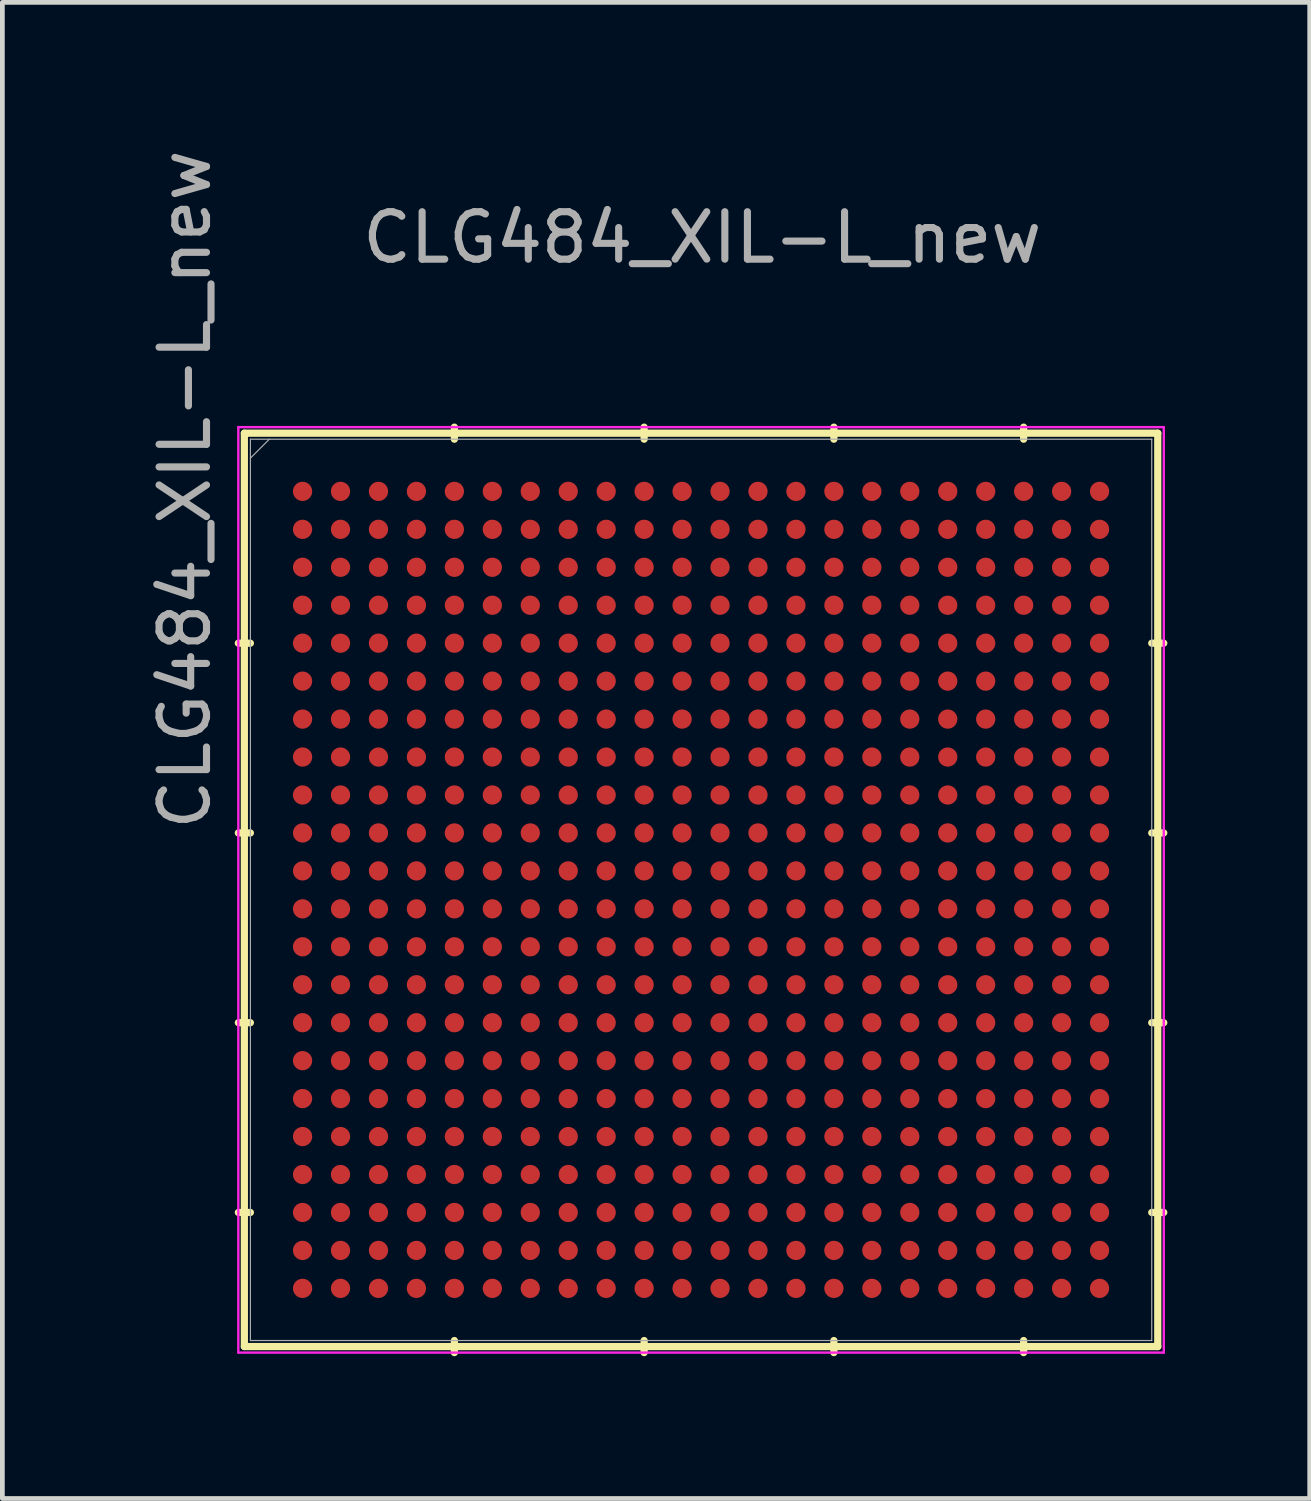
<source format=kicad_pcb>
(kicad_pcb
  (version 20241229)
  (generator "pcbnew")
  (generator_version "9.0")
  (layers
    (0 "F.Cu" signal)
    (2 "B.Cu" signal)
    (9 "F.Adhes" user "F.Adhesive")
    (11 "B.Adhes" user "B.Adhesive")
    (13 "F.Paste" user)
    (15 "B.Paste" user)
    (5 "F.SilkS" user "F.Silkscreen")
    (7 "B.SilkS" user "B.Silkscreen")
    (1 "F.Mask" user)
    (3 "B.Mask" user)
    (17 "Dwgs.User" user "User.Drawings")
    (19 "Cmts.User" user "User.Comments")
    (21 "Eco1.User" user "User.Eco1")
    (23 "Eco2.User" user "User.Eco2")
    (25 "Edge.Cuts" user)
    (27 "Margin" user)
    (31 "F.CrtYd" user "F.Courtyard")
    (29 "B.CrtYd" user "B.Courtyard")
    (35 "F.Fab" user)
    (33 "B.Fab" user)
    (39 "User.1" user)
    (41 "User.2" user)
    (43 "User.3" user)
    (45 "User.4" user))
  (footprint "CLG484_XIL-L_new"
    (layer "F.Cu")
    (at 11.728 15.708)
    (property "Reference" "CLG484_XIL-L_new" (at -10.88 -8.44 90) (unlocked yes) (layer "F.Fab") (effects (font (size 1 1) (thickness 0.15))))
    (attr smd)
    (fp_line (start -9.627 -9.627) (end -9.627 9.627) (stroke (width 0.152) (type solid)) (layer "F.SilkS"))
    (fp_line (start -9.627 9.627) (end 9.627 9.627) (stroke (width 0.152) (type solid)) (layer "F.SilkS"))
    (fp_line (start -9.5 -5.2) (end -9.754 -5.2) (stroke (width 0.152) (type solid)) (layer "F.SilkS"))
    (fp_line (start -9.5 -1.2) (end -9.754 -1.2) (stroke (width 0.152) (type solid)) (layer "F.SilkS"))
    (fp_line (start -9.5 2.8) (end -9.754 2.8) (stroke (width 0.152) (type solid)) (layer "F.SilkS"))
    (fp_line (start -9.5 6.8) (end -9.754 6.8) (stroke (width 0.152) (type solid)) (layer "F.SilkS"))
    (fp_line (start -5.2 -9.5) (end -5.2 -9.754) (stroke (width 0.152) (type solid)) (layer "F.SilkS"))
    (fp_line (start -5.2 9.5) (end -5.2 9.754) (stroke (width 0.152) (type solid)) (layer "F.SilkS"))
    (fp_line (start -1.2 -9.5) (end -1.2 -9.754) (stroke (width 0.152) (type solid)) (layer "F.SilkS"))
    (fp_line (start -1.2 9.5) (end -1.2 9.754) (stroke (width 0.152) (type solid)) (layer "F.SilkS"))
    (fp_line (start 2.8 -9.5) (end 2.8 -9.754) (stroke (width 0.152) (type solid)) (layer "F.SilkS"))
    (fp_line (start 2.8 9.5) (end 2.8 9.754) (stroke (width 0.152) (type solid)) (layer "F.SilkS"))
    (fp_line (start 6.8 -9.5) (end 6.8 -9.754) (stroke (width 0.152) (type solid)) (layer "F.SilkS"))
    (fp_line (start 6.8 9.5) (end 6.8 9.754) (stroke (width 0.152) (type solid)) (layer "F.SilkS"))
    (fp_line (start 9.5 -5.2) (end 9.754 -5.2) (stroke (width 0.152) (type solid)) (layer "F.SilkS"))
    (fp_line (start 9.5 -1.2) (end 9.754 -1.2) (stroke (width 0.152) (type solid)) (layer "F.SilkS"))
    (fp_line (start 9.5 2.8) (end 9.754 2.8) (stroke (width 0.152) (type solid)) (layer "F.SilkS"))
    (fp_line (start 9.5 6.8) (end 9.754 6.8) (stroke (width 0.152) (type solid)) (layer "F.SilkS"))
    (fp_line (start 9.627 -9.627) (end -9.627 -9.627) (stroke (width 0.152) (type solid)) (layer "F.SilkS"))
    (fp_line (start 9.627 9.627) (end 9.627 -9.627) (stroke (width 0.152) (type solid)) (layer "F.SilkS"))
    (fp_line (start -9.754 -9.754) (end 9.754 -9.754) (stroke (width 0.05) (type solid)) (layer "F.CrtYd"))
    (fp_line (start -9.754 9.754) (end -9.754 -9.754) (stroke (width 0.05) (type solid)) (layer "F.CrtYd"))
    (fp_line (start 9.754 -9.754) (end 9.754 9.754) (stroke (width 0.05) (type solid)) (layer "F.CrtYd"))
    (fp_line (start 9.754 9.754) (end -9.754 9.754) (stroke (width 0.05) (type solid)) (layer "F.CrtYd"))
    (fp_line (start -9.5 -9.5) (end -9.5 9.5) (stroke (width 0.025) (type solid)) (layer "F.Fab"))
    (fp_line (start -9.5 9.5) (end 9.5 9.5) (stroke (width 0.025) (type solid)) (layer "F.Fab"))
    (fp_line (start -9.1 -9.5) (end -9.5 -9.1) (stroke (width 0.025) (type solid)) (layer "F.Fab"))
    (fp_line (start 9.5 -9.5) (end -9.5 -9.5) (stroke (width 0.025) (type solid)) (layer "F.Fab"))
    (fp_line (start 9.5 9.5) (end 9.5 -9.5) (stroke (width 0.025) (type solid)) (layer "F.Fab"))
    (fp_text user "${REFERENCE}" (at 0.025 -13.75 0) (unlocked yes) (layer "F.Fab") (effects (font (size 1 1) (thickness 0.15))))
    (pad "A1" smd circle (at -8.4 -8.4) (size 0.406 0.406) (layers "F.Cu" "F.Mask" "F.Paste"))
    (pad "A2" smd circle (at -7.6 -8.4) (size 0.406 0.406) (layers "F.Cu" "F.Mask" "F.Paste"))
    (pad "A3" smd circle (at -6.8 -8.4) (size 0.406 0.406) (layers "F.Cu" "F.Mask" "F.Paste"))
    (pad "A4" smd circle (at -6 -8.4) (size 0.406 0.406) (layers "F.Cu" "F.Mask" "F.Paste"))
    (pad "A5" smd circle (at -5.2 -8.4) (size 0.406 0.406) (layers "F.Cu" "F.Mask" "F.Paste"))
    (pad "A6" smd circle (at -4.4 -8.4) (size 0.406 0.406) (layers "F.Cu" "F.Mask" "F.Paste"))
    (pad "A7" smd circle (at -3.6 -8.4) (size 0.406 0.406) (layers "F.Cu" "F.Mask" "F.Paste"))
    (pad "A8" smd circle (at -2.8 -8.4) (size 0.406 0.406) (layers "F.Cu" "F.Mask" "F.Paste"))
    (pad "A9" smd circle (at -2 -8.4) (size 0.406 0.406) (layers "F.Cu" "F.Mask" "F.Paste"))
    (pad "A10" smd circle (at -1.2 -8.4) (size 0.406 0.406) (layers "F.Cu" "F.Mask" "F.Paste"))
    (pad "A11" smd circle (at -0.4 -8.4) (size 0.406 0.406) (layers "F.Cu" "F.Mask" "F.Paste"))
    (pad "A12" smd circle (at 0.4 -8.4) (size 0.406 0.406) (layers "F.Cu" "F.Mask" "F.Paste"))
    (pad "A13" smd circle (at 1.2 -8.4) (size 0.406 0.406) (layers "F.Cu" "F.Mask" "F.Paste"))
    (pad "A14" smd circle (at 2 -8.4) (size 0.406 0.406) (layers "F.Cu" "F.Mask" "F.Paste"))
    (pad "A15" smd circle (at 2.8 -8.4) (size 0.406 0.406) (layers "F.Cu" "F.Mask" "F.Paste"))
    (pad "A16" smd circle (at 3.6 -8.4) (size 0.406 0.406) (layers "F.Cu" "F.Mask" "F.Paste"))
    (pad "A17" smd circle (at 4.4 -8.4) (size 0.406 0.406) (layers "F.Cu" "F.Mask" "F.Paste"))
    (pad "A18" smd circle (at 5.2 -8.4) (size 0.406 0.406) (layers "F.Cu" "F.Mask" "F.Paste"))
    (pad "A19" smd circle (at 6 -8.4) (size 0.406 0.406) (layers "F.Cu" "F.Mask" "F.Paste"))
    (pad "A20" smd circle (at 6.8 -8.4) (size 0.406 0.406) (layers "F.Cu" "F.Mask" "F.Paste"))
    (pad "A21" smd circle (at 7.6 -8.4) (size 0.406 0.406) (layers "F.Cu" "F.Mask" "F.Paste"))
    (pad "A22" smd circle (at 8.4 -8.4) (size 0.406 0.406) (layers "F.Cu" "F.Mask" "F.Paste"))
    (pad "AA1" smd circle (at -8.4 7.6) (size 0.406 0.406) (layers "F.Cu" "F.Mask" "F.Paste"))
    (pad "AA2" smd circle (at -7.6 7.6) (size 0.406 0.406) (layers "F.Cu" "F.Mask" "F.Paste"))
    (pad "AA3" smd circle (at -6.8 7.6) (size 0.406 0.406) (layers "F.Cu" "F.Mask" "F.Paste"))
    (pad "AA4" smd circle (at -6 7.6) (size 0.406 0.406) (layers "F.Cu" "F.Mask" "F.Paste"))
    (pad "AA5" smd circle (at -5.2 7.6) (size 0.406 0.406) (layers "F.Cu" "F.Mask" "F.Paste"))
    (pad "AA6" smd circle (at -4.4 7.6) (size 0.406 0.406) (layers "F.Cu" "F.Mask" "F.Paste"))
    (pad "AA7" smd circle (at -3.6 7.6) (size 0.406 0.406) (layers "F.Cu" "F.Mask" "F.Paste"))
    (pad "AA8" smd circle (at -2.8 7.6) (size 0.406 0.406) (layers "F.Cu" "F.Mask" "F.Paste"))
    (pad "AA9" smd circle (at -2 7.6) (size 0.406 0.406) (layers "F.Cu" "F.Mask" "F.Paste"))
    (pad "AA10" smd circle (at -1.2 7.6) (size 0.406 0.406) (layers "F.Cu" "F.Mask" "F.Paste"))
    (pad "AA11" smd circle (at -0.4 7.6) (size 0.406 0.406) (layers "F.Cu" "F.Mask" "F.Paste"))
    (pad "AA12" smd circle (at 0.4 7.6) (size 0.406 0.406) (layers "F.Cu" "F.Mask" "F.Paste"))
    (pad "AA13" smd circle (at 1.2 7.6) (size 0.406 0.406) (layers "F.Cu" "F.Mask" "F.Paste"))
    (pad "AA14" smd circle (at 2 7.6) (size 0.406 0.406) (layers "F.Cu" "F.Mask" "F.Paste"))
    (pad "AA15" smd circle (at 2.8 7.6) (size 0.406 0.406) (layers "F.Cu" "F.Mask" "F.Paste"))
    (pad "AA16" smd circle (at 3.6 7.6) (size 0.406 0.406) (layers "F.Cu" "F.Mask" "F.Paste"))
    (pad "AA17" smd circle (at 4.4 7.6) (size 0.406 0.406) (layers "F.Cu" "F.Mask" "F.Paste"))
    (pad "AA18" smd circle (at 5.2 7.6) (size 0.406 0.406) (layers "F.Cu" "F.Mask" "F.Paste"))
    (pad "AA19" smd circle (at 6 7.6) (size 0.406 0.406) (layers "F.Cu" "F.Mask" "F.Paste"))
    (pad "AA20" smd circle (at 6.8 7.6) (size 0.406 0.406) (layers "F.Cu" "F.Mask" "F.Paste"))
    (pad "AA21" smd circle (at 7.6 7.6) (size 0.406 0.406) (layers "F.Cu" "F.Mask" "F.Paste"))
    (pad "AA22" smd circle (at 8.4 7.6) (size 0.406 0.406) (layers "F.Cu" "F.Mask" "F.Paste"))
    (pad "AB1" smd circle (at -8.4 8.4) (size 0.406 0.406) (layers "F.Cu" "F.Mask" "F.Paste"))
    (pad "AB2" smd circle (at -7.6 8.4) (size 0.406 0.406) (layers "F.Cu" "F.Mask" "F.Paste"))
    (pad "AB3" smd circle (at -6.8 8.4) (size 0.406 0.406) (layers "F.Cu" "F.Mask" "F.Paste"))
    (pad "AB4" smd circle (at -6 8.4) (size 0.406 0.406) (layers "F.Cu" "F.Mask" "F.Paste"))
    (pad "AB5" smd circle (at -5.2 8.4) (size 0.406 0.406) (layers "F.Cu" "F.Mask" "F.Paste"))
    (pad "AB6" smd circle (at -4.4 8.4) (size 0.406 0.406) (layers "F.Cu" "F.Mask" "F.Paste"))
    (pad "AB7" smd circle (at -3.6 8.4) (size 0.406 0.406) (layers "F.Cu" "F.Mask" "F.Paste"))
    (pad "AB8" smd circle (at -2.8 8.4) (size 0.406 0.406) (layers "F.Cu" "F.Mask" "F.Paste"))
    (pad "AB9" smd circle (at -2 8.4) (size 0.406 0.406) (layers "F.Cu" "F.Mask" "F.Paste"))
    (pad "AB10" smd circle (at -1.2 8.4) (size 0.406 0.406) (layers "F.Cu" "F.Mask" "F.Paste"))
    (pad "AB11" smd circle (at -0.4 8.4) (size 0.406 0.406) (layers "F.Cu" "F.Mask" "F.Paste"))
    (pad "AB12" smd circle (at 0.4 8.4) (size 0.406 0.406) (layers "F.Cu" "F.Mask" "F.Paste"))
    (pad "AB13" smd circle (at 1.2 8.4) (size 0.406 0.406) (layers "F.Cu" "F.Mask" "F.Paste"))
    (pad "AB14" smd circle (at 2 8.4) (size 0.406 0.406) (layers "F.Cu" "F.Mask" "F.Paste"))
    (pad "AB15" smd circle (at 2.8 8.4) (size 0.406 0.406) (layers "F.Cu" "F.Mask" "F.Paste"))
    (pad "AB16" smd circle (at 3.6 8.4) (size 0.406 0.406) (layers "F.Cu" "F.Mask" "F.Paste"))
    (pad "AB17" smd circle (at 4.4 8.4) (size 0.406 0.406) (layers "F.Cu" "F.Mask" "F.Paste"))
    (pad "AB18" smd circle (at 5.2 8.4) (size 0.406 0.406) (layers "F.Cu" "F.Mask" "F.Paste"))
    (pad "AB19" smd circle (at 6 8.4) (size 0.406 0.406) (layers "F.Cu" "F.Mask" "F.Paste"))
    (pad "AB20" smd circle (at 6.8 8.4) (size 0.406 0.406) (layers "F.Cu" "F.Mask" "F.Paste"))
    (pad "AB21" smd circle (at 7.6 8.4) (size 0.406 0.406) (layers "F.Cu" "F.Mask" "F.Paste"))
    (pad "AB22" smd circle (at 8.4 8.4) (size 0.406 0.406) (layers "F.Cu" "F.Mask" "F.Paste"))
    (pad "B1" smd circle (at -8.4 -7.6) (size 0.406 0.406) (layers "F.Cu" "F.Mask" "F.Paste"))
    (pad "B2" smd circle (at -7.6 -7.6) (size 0.406 0.406) (layers "F.Cu" "F.Mask" "F.Paste"))
    (pad "B3" smd circle (at -6.8 -7.6) (size 0.406 0.406) (layers "F.Cu" "F.Mask" "F.Paste"))
    (pad "B4" smd circle (at -6 -7.6) (size 0.406 0.406) (layers "F.Cu" "F.Mask" "F.Paste"))
    (pad "B5" smd circle (at -5.2 -7.6) (size 0.406 0.406) (layers "F.Cu" "F.Mask" "F.Paste"))
    (pad "B6" smd circle (at -4.4 -7.6) (size 0.406 0.406) (layers "F.Cu" "F.Mask" "F.Paste"))
    (pad "B7" smd circle (at -3.6 -7.6) (size 0.406 0.406) (layers "F.Cu" "F.Mask" "F.Paste"))
    (pad "B8" smd circle (at -2.8 -7.6) (size 0.406 0.406) (layers "F.Cu" "F.Mask" "F.Paste"))
    (pad "B9" smd circle (at -2 -7.6) (size 0.406 0.406) (layers "F.Cu" "F.Mask" "F.Paste"))
    (pad "B10" smd circle (at -1.2 -7.6) (size 0.406 0.406) (layers "F.Cu" "F.Mask" "F.Paste"))
    (pad "B11" smd circle (at -0.4 -7.6) (size 0.406 0.406) (layers "F.Cu" "F.Mask" "F.Paste"))
    (pad "B12" smd circle (at 0.4 -7.6) (size 0.406 0.406) (layers "F.Cu" "F.Mask" "F.Paste"))
    (pad "B13" smd circle (at 1.2 -7.6) (size 0.406 0.406) (layers "F.Cu" "F.Mask" "F.Paste"))
    (pad "B14" smd circle (at 2 -7.6) (size 0.406 0.406) (layers "F.Cu" "F.Mask" "F.Paste"))
    (pad "B15" smd circle (at 2.8 -7.6) (size 0.406 0.406) (layers "F.Cu" "F.Mask" "F.Paste"))
    (pad "B16" smd circle (at 3.6 -7.6) (size 0.406 0.406) (layers "F.Cu" "F.Mask" "F.Paste"))
    (pad "B17" smd circle (at 4.4 -7.6) (size 0.406 0.406) (layers "F.Cu" "F.Mask" "F.Paste"))
    (pad "B18" smd circle (at 5.2 -7.6) (size 0.406 0.406) (layers "F.Cu" "F.Mask" "F.Paste"))
    (pad "B19" smd circle (at 6 -7.6) (size 0.406 0.406) (layers "F.Cu" "F.Mask" "F.Paste"))
    (pad "B20" smd circle (at 6.8 -7.6) (size 0.406 0.406) (layers "F.Cu" "F.Mask" "F.Paste"))
    (pad "B21" smd circle (at 7.6 -7.6) (size 0.406 0.406) (layers "F.Cu" "F.Mask" "F.Paste"))
    (pad "B22" smd circle (at 8.4 -7.6) (size 0.406 0.406) (layers "F.Cu" "F.Mask" "F.Paste"))
    (pad "C1" smd circle (at -8.4 -6.8) (size 0.406 0.406) (layers "F.Cu" "F.Mask" "F.Paste"))
    (pad "C2" smd circle (at -7.6 -6.8) (size 0.406 0.406) (layers "F.Cu" "F.Mask" "F.Paste"))
    (pad "C3" smd circle (at -6.8 -6.8) (size 0.406 0.406) (layers "F.Cu" "F.Mask" "F.Paste"))
    (pad "C4" smd circle (at -6 -6.8) (size 0.406 0.406) (layers "F.Cu" "F.Mask" "F.Paste"))
    (pad "C5" smd circle (at -5.2 -6.8) (size 0.406 0.406) (layers "F.Cu" "F.Mask" "F.Paste"))
    (pad "C6" smd circle (at -4.4 -6.8) (size 0.406 0.406) (layers "F.Cu" "F.Mask" "F.Paste"))
    (pad "C7" smd circle (at -3.6 -6.8) (size 0.406 0.406) (layers "F.Cu" "F.Mask" "F.Paste"))
    (pad "C8" smd circle (at -2.8 -6.8) (size 0.406 0.406) (layers "F.Cu" "F.Mask" "F.Paste"))
    (pad "C9" smd circle (at -2 -6.8) (size 0.406 0.406) (layers "F.Cu" "F.Mask" "F.Paste"))
    (pad "C10" smd circle (at -1.2 -6.8) (size 0.406 0.406) (layers "F.Cu" "F.Mask" "F.Paste"))
    (pad "C11" smd circle (at -0.4 -6.8) (size 0.406 0.406) (layers "F.Cu" "F.Mask" "F.Paste"))
    (pad "C12" smd circle (at 0.4 -6.8) (size 0.406 0.406) (layers "F.Cu" "F.Mask" "F.Paste"))
    (pad "C13" smd circle (at 1.2 -6.8) (size 0.406 0.406) (layers "F.Cu" "F.Mask" "F.Paste"))
    (pad "C14" smd circle (at 2 -6.8) (size 0.406 0.406) (layers "F.Cu" "F.Mask" "F.Paste"))
    (pad "C15" smd circle (at 2.8 -6.8) (size 0.406 0.406) (layers "F.Cu" "F.Mask" "F.Paste"))
    (pad "C16" smd circle (at 3.6 -6.8) (size 0.406 0.406) (layers "F.Cu" "F.Mask" "F.Paste"))
    (pad "C17" smd circle (at 4.4 -6.8) (size 0.406 0.406) (layers "F.Cu" "F.Mask" "F.Paste"))
    (pad "C18" smd circle (at 5.2 -6.8) (size 0.406 0.406) (layers "F.Cu" "F.Mask" "F.Paste"))
    (pad "C19" smd circle (at 6 -6.8) (size 0.406 0.406) (layers "F.Cu" "F.Mask" "F.Paste"))
    (pad "C20" smd circle (at 6.8 -6.8) (size 0.406 0.406) (layers "F.Cu" "F.Mask" "F.Paste"))
    (pad "C21" smd circle (at 7.6 -6.8) (size 0.406 0.406) (layers "F.Cu" "F.Mask" "F.Paste"))
    (pad "C22" smd circle (at 8.4 -6.8) (size 0.406 0.406) (layers "F.Cu" "F.Mask" "F.Paste"))
    (pad "D1" smd circle (at -8.4 -6) (size 0.406 0.406) (layers "F.Cu" "F.Mask" "F.Paste"))
    (pad "D2" smd circle (at -7.6 -6) (size 0.406 0.406) (layers "F.Cu" "F.Mask" "F.Paste"))
    (pad "D3" smd circle (at -6.8 -6) (size 0.406 0.406) (layers "F.Cu" "F.Mask" "F.Paste"))
    (pad "D4" smd circle (at -6 -6) (size 0.406 0.406) (layers "F.Cu" "F.Mask" "F.Paste"))
    (pad "D5" smd circle (at -5.2 -6) (size 0.406 0.406) (layers "F.Cu" "F.Mask" "F.Paste"))
    (pad "D6" smd circle (at -4.4 -6) (size 0.406 0.406) (layers "F.Cu" "F.Mask" "F.Paste"))
    (pad "D7" smd circle (at -3.6 -6) (size 0.406 0.406) (layers "F.Cu" "F.Mask" "F.Paste"))
    (pad "D8" smd circle (at -2.8 -6) (size 0.406 0.406) (layers "F.Cu" "F.Mask" "F.Paste"))
    (pad "D9" smd circle (at -2 -6) (size 0.406 0.406) (layers "F.Cu" "F.Mask" "F.Paste"))
    (pad "D10" smd circle (at -1.2 -6) (size 0.406 0.406) (layers "F.Cu" "F.Mask" "F.Paste"))
    (pad "D11" smd circle (at -0.4 -6) (size 0.406 0.406) (layers "F.Cu" "F.Mask" "F.Paste"))
    (pad "D12" smd circle (at 0.4 -6) (size 0.406 0.406) (layers "F.Cu" "F.Mask" "F.Paste"))
    (pad "D13" smd circle (at 1.2 -6) (size 0.406 0.406) (layers "F.Cu" "F.Mask" "F.Paste"))
    (pad "D14" smd circle (at 2 -6) (size 0.406 0.406) (layers "F.Cu" "F.Mask" "F.Paste"))
    (pad "D15" smd circle (at 2.8 -6) (size 0.406 0.406) (layers "F.Cu" "F.Mask" "F.Paste"))
    (pad "D16" smd circle (at 3.6 -6) (size 0.406 0.406) (layers "F.Cu" "F.Mask" "F.Paste"))
    (pad "D17" smd circle (at 4.4 -6) (size 0.406 0.406) (layers "F.Cu" "F.Mask" "F.Paste"))
    (pad "D18" smd circle (at 5.2 -6) (size 0.406 0.406) (layers "F.Cu" "F.Mask" "F.Paste"))
    (pad "D19" smd circle (at 6 -6) (size 0.406 0.406) (layers "F.Cu" "F.Mask" "F.Paste"))
    (pad "D20" smd circle (at 6.8 -6) (size 0.406 0.406) (layers "F.Cu" "F.Mask" "F.Paste"))
    (pad "D21" smd circle (at 7.6 -6) (size 0.406 0.406) (layers "F.Cu" "F.Mask" "F.Paste"))
    (pad "D22" smd circle (at 8.4 -6) (size 0.406 0.406) (layers "F.Cu" "F.Mask" "F.Paste"))
    (pad "E1" smd circle (at -8.4 -5.2) (size 0.406 0.406) (layers "F.Cu" "F.Mask" "F.Paste"))
    (pad "E2" smd circle (at -7.6 -5.2) (size 0.406 0.406) (layers "F.Cu" "F.Mask" "F.Paste"))
    (pad "E3" smd circle (at -6.8 -5.2) (size 0.406 0.406) (layers "F.Cu" "F.Mask" "F.Paste"))
    (pad "E4" smd circle (at -6 -5.2) (size 0.406 0.406) (layers "F.Cu" "F.Mask" "F.Paste"))
    (pad "E5" smd circle (at -5.2 -5.2) (size 0.406 0.406) (layers "F.Cu" "F.Mask" "F.Paste"))
    (pad "E6" smd circle (at -4.4 -5.2) (size 0.406 0.406) (layers "F.Cu" "F.Mask" "F.Paste"))
    (pad "E7" smd circle (at -3.6 -5.2) (size 0.406 0.406) (layers "F.Cu" "F.Mask" "F.Paste"))
    (pad "E8" smd circle (at -2.8 -5.2) (size 0.406 0.406) (layers "F.Cu" "F.Mask" "F.Paste"))
    (pad "E9" smd circle (at -2 -5.2) (size 0.406 0.406) (layers "F.Cu" "F.Mask" "F.Paste"))
    (pad "E10" smd circle (at -1.2 -5.2) (size 0.406 0.406) (layers "F.Cu" "F.Mask" "F.Paste"))
    (pad "E11" smd circle (at -0.4 -5.2) (size 0.406 0.406) (layers "F.Cu" "F.Mask" "F.Paste"))
    (pad "E12" smd circle (at 0.4 -5.2) (size 0.406 0.406) (layers "F.Cu" "F.Mask" "F.Paste"))
    (pad "E13" smd circle (at 1.2 -5.2) (size 0.406 0.406) (layers "F.Cu" "F.Mask" "F.Paste"))
    (pad "E14" smd circle (at 2 -5.2) (size 0.406 0.406) (layers "F.Cu" "F.Mask" "F.Paste"))
    (pad "E15" smd circle (at 2.8 -5.2) (size 0.406 0.406) (layers "F.Cu" "F.Mask" "F.Paste"))
    (pad "E16" smd circle (at 3.6 -5.2) (size 0.406 0.406) (layers "F.Cu" "F.Mask" "F.Paste"))
    (pad "E17" smd circle (at 4.4 -5.2) (size 0.406 0.406) (layers "F.Cu" "F.Mask" "F.Paste"))
    (pad "E18" smd circle (at 5.2 -5.2) (size 0.406 0.406) (layers "F.Cu" "F.Mask" "F.Paste"))
    (pad "E19" smd circle (at 6 -5.2) (size 0.406 0.406) (layers "F.Cu" "F.Mask" "F.Paste"))
    (pad "E20" smd circle (at 6.8 -5.2) (size 0.406 0.406) (layers "F.Cu" "F.Mask" "F.Paste"))
    (pad "E21" smd circle (at 7.6 -5.2) (size 0.406 0.406) (layers "F.Cu" "F.Mask" "F.Paste"))
    (pad "E22" smd circle (at 8.4 -5.2) (size 0.406 0.406) (layers "F.Cu" "F.Mask" "F.Paste"))
    (pad "F1" smd circle (at -8.4 -4.4) (size 0.406 0.406) (layers "F.Cu" "F.Mask" "F.Paste"))
    (pad "F2" smd circle (at -7.6 -4.4) (size 0.406 0.406) (layers "F.Cu" "F.Mask" "F.Paste"))
    (pad "F3" smd circle (at -6.8 -4.4) (size 0.406 0.406) (layers "F.Cu" "F.Mask" "F.Paste"))
    (pad "F4" smd circle (at -6 -4.4) (size 0.406 0.406) (layers "F.Cu" "F.Mask" "F.Paste"))
    (pad "F5" smd circle (at -5.2 -4.4) (size 0.406 0.406) (layers "F.Cu" "F.Mask" "F.Paste"))
    (pad "F6" smd circle (at -4.4 -4.4) (size 0.406 0.406) (layers "F.Cu" "F.Mask" "F.Paste"))
    (pad "F7" smd circle (at -3.6 -4.4) (size 0.406 0.406) (layers "F.Cu" "F.Mask" "F.Paste"))
    (pad "F8" smd circle (at -2.8 -4.4) (size 0.406 0.406) (layers "F.Cu" "F.Mask" "F.Paste"))
    (pad "F9" smd circle (at -2 -4.4) (size 0.406 0.406) (layers "F.Cu" "F.Mask" "F.Paste"))
    (pad "F10" smd circle (at -1.2 -4.4) (size 0.406 0.406) (layers "F.Cu" "F.Mask" "F.Paste"))
    (pad "F11" smd circle (at -0.4 -4.4) (size 0.406 0.406) (layers "F.Cu" "F.Mask" "F.Paste"))
    (pad "F12" smd circle (at 0.4 -4.4) (size 0.406 0.406) (layers "F.Cu" "F.Mask" "F.Paste"))
    (pad "F13" smd circle (at 1.2 -4.4) (size 0.406 0.406) (layers "F.Cu" "F.Mask" "F.Paste"))
    (pad "F14" smd circle (at 2 -4.4) (size 0.406 0.406) (layers "F.Cu" "F.Mask" "F.Paste"))
    (pad "F15" smd circle (at 2.8 -4.4) (size 0.406 0.406) (layers "F.Cu" "F.Mask" "F.Paste"))
    (pad "F16" smd circle (at 3.6 -4.4) (size 0.406 0.406) (layers "F.Cu" "F.Mask" "F.Paste"))
    (pad "F17" smd circle (at 4.4 -4.4) (size 0.406 0.406) (layers "F.Cu" "F.Mask" "F.Paste"))
    (pad "F18" smd circle (at 5.2 -4.4) (size 0.406 0.406) (layers "F.Cu" "F.Mask" "F.Paste"))
    (pad "F19" smd circle (at 6 -4.4) (size 0.406 0.406) (layers "F.Cu" "F.Mask" "F.Paste"))
    (pad "F20" smd circle (at 6.8 -4.4) (size 0.406 0.406) (layers "F.Cu" "F.Mask" "F.Paste"))
    (pad "F21" smd circle (at 7.6 -4.4) (size 0.406 0.406) (layers "F.Cu" "F.Mask" "F.Paste"))
    (pad "F22" smd circle (at 8.4 -4.4) (size 0.406 0.406) (layers "F.Cu" "F.Mask" "F.Paste"))
    (pad "G1" smd circle (at -8.4 -3.6) (size 0.406 0.406) (layers "F.Cu" "F.Mask" "F.Paste"))
    (pad "G2" smd circle (at -7.6 -3.6) (size 0.406 0.406) (layers "F.Cu" "F.Mask" "F.Paste"))
    (pad "G3" smd circle (at -6.8 -3.6) (size 0.406 0.406) (layers "F.Cu" "F.Mask" "F.Paste"))
    (pad "G4" smd circle (at -6 -3.6) (size 0.406 0.406) (layers "F.Cu" "F.Mask" "F.Paste"))
    (pad "G5" smd circle (at -5.2 -3.6) (size 0.406 0.406) (layers "F.Cu" "F.Mask" "F.Paste"))
    (pad "G6" smd circle (at -4.4 -3.6) (size 0.406 0.406) (layers "F.Cu" "F.Mask" "F.Paste"))
    (pad "G7" smd circle (at -3.6 -3.6) (size 0.406 0.406) (layers "F.Cu" "F.Mask" "F.Paste"))
    (pad "G8" smd circle (at -2.8 -3.6) (size 0.406 0.406) (layers "F.Cu" "F.Mask" "F.Paste"))
    (pad "G9" smd circle (at -2 -3.6) (size 0.406 0.406) (layers "F.Cu" "F.Mask" "F.Paste"))
    (pad "G10" smd circle (at -1.2 -3.6) (size 0.406 0.406) (layers "F.Cu" "F.Mask" "F.Paste"))
    (pad "G11" smd circle (at -0.4 -3.6) (size 0.406 0.406) (layers "F.Cu" "F.Mask" "F.Paste"))
    (pad "G12" smd circle (at 0.4 -3.6) (size 0.406 0.406) (layers "F.Cu" "F.Mask" "F.Paste"))
    (pad "G13" smd circle (at 1.2 -3.6) (size 0.406 0.406) (layers "F.Cu" "F.Mask" "F.Paste"))
    (pad "G14" smd circle (at 2 -3.6) (size 0.406 0.406) (layers "F.Cu" "F.Mask" "F.Paste"))
    (pad "G15" smd circle (at 2.8 -3.6) (size 0.406 0.406) (layers "F.Cu" "F.Mask" "F.Paste"))
    (pad "G16" smd circle (at 3.6 -3.6) (size 0.406 0.406) (layers "F.Cu" "F.Mask" "F.Paste"))
    (pad "G17" smd circle (at 4.4 -3.6) (size 0.406 0.406) (layers "F.Cu" "F.Mask" "F.Paste"))
    (pad "G18" smd circle (at 5.2 -3.6) (size 0.406 0.406) (layers "F.Cu" "F.Mask" "F.Paste"))
    (pad "G19" smd circle (at 6 -3.6) (size 0.406 0.406) (layers "F.Cu" "F.Mask" "F.Paste"))
    (pad "G20" smd circle (at 6.8 -3.6) (size 0.406 0.406) (layers "F.Cu" "F.Mask" "F.Paste"))
    (pad "G21" smd circle (at 7.6 -3.6) (size 0.406 0.406) (layers "F.Cu" "F.Mask" "F.Paste"))
    (pad "G22" smd circle (at 8.4 -3.6) (size 0.406 0.406) (layers "F.Cu" "F.Mask" "F.Paste"))
    (pad "H1" smd circle (at -8.4 -2.8) (size 0.406 0.406) (layers "F.Cu" "F.Mask" "F.Paste"))
    (pad "H2" smd circle (at -7.6 -2.8) (size 0.406 0.406) (layers "F.Cu" "F.Mask" "F.Paste"))
    (pad "H3" smd circle (at -6.8 -2.8) (size 0.406 0.406) (layers "F.Cu" "F.Mask" "F.Paste"))
    (pad "H4" smd circle (at -6 -2.8) (size 0.406 0.406) (layers "F.Cu" "F.Mask" "F.Paste"))
    (pad "H5" smd circle (at -5.2 -2.8) (size 0.406 0.406) (layers "F.Cu" "F.Mask" "F.Paste"))
    (pad "H6" smd circle (at -4.4 -2.8) (size 0.406 0.406) (layers "F.Cu" "F.Mask" "F.Paste"))
    (pad "H7" smd circle (at -3.6 -2.8) (size 0.406 0.406) (layers "F.Cu" "F.Mask" "F.Paste"))
    (pad "H8" smd circle (at -2.8 -2.8) (size 0.406 0.406) (layers "F.Cu" "F.Mask" "F.Paste"))
    (pad "H9" smd circle (at -2 -2.8) (size 0.406 0.406) (layers "F.Cu" "F.Mask" "F.Paste"))
    (pad "H10" smd circle (at -1.2 -2.8) (size 0.406 0.406) (layers "F.Cu" "F.Mask" "F.Paste"))
    (pad "H11" smd circle (at -0.4 -2.8) (size 0.406 0.406) (layers "F.Cu" "F.Mask" "F.Paste"))
    (pad "H12" smd circle (at 0.4 -2.8) (size 0.406 0.406) (layers "F.Cu" "F.Mask" "F.Paste"))
    (pad "H13" smd circle (at 1.2 -2.8) (size 0.406 0.406) (layers "F.Cu" "F.Mask" "F.Paste"))
    (pad "H14" smd circle (at 2 -2.8) (size 0.406 0.406) (layers "F.Cu" "F.Mask" "F.Paste"))
    (pad "H15" smd circle (at 2.8 -2.8) (size 0.406 0.406) (layers "F.Cu" "F.Mask" "F.Paste"))
    (pad "H16" smd circle (at 3.6 -2.8) (size 0.406 0.406) (layers "F.Cu" "F.Mask" "F.Paste"))
    (pad "H17" smd circle (at 4.4 -2.8) (size 0.406 0.406) (layers "F.Cu" "F.Mask" "F.Paste"))
    (pad "H18" smd circle (at 5.2 -2.8) (size 0.406 0.406) (layers "F.Cu" "F.Mask" "F.Paste"))
    (pad "H19" smd circle (at 6 -2.8) (size 0.406 0.406) (layers "F.Cu" "F.Mask" "F.Paste"))
    (pad "H20" smd circle (at 6.8 -2.8) (size 0.406 0.406) (layers "F.Cu" "F.Mask" "F.Paste"))
    (pad "H21" smd circle (at 7.6 -2.8) (size 0.406 0.406) (layers "F.Cu" "F.Mask" "F.Paste"))
    (pad "H22" smd circle (at 8.4 -2.8) (size 0.406 0.406) (layers "F.Cu" "F.Mask" "F.Paste"))
    (pad "J1" smd circle (at -8.4 -2) (size 0.406 0.406) (layers "F.Cu" "F.Mask" "F.Paste"))
    (pad "J2" smd circle (at -7.6 -2) (size 0.406 0.406) (layers "F.Cu" "F.Mask" "F.Paste"))
    (pad "J3" smd circle (at -6.8 -2) (size 0.406 0.406) (layers "F.Cu" "F.Mask" "F.Paste"))
    (pad "J4" smd circle (at -6 -2) (size 0.406 0.406) (layers "F.Cu" "F.Mask" "F.Paste"))
    (pad "J5" smd circle (at -5.2 -2) (size 0.406 0.406) (layers "F.Cu" "F.Mask" "F.Paste"))
    (pad "J6" smd circle (at -4.4 -2) (size 0.406 0.406) (layers "F.Cu" "F.Mask" "F.Paste"))
    (pad "J7" smd circle (at -3.6 -2) (size 0.406 0.406) (layers "F.Cu" "F.Mask" "F.Paste"))
    (pad "J8" smd circle (at -2.8 -2) (size 0.406 0.406) (layers "F.Cu" "F.Mask" "F.Paste"))
    (pad "J9" smd circle (at -2 -2) (size 0.406 0.406) (layers "F.Cu" "F.Mask" "F.Paste"))
    (pad "J10" smd circle (at -1.2 -2) (size 0.406 0.406) (layers "F.Cu" "F.Mask" "F.Paste"))
    (pad "J11" smd circle (at -0.4 -2) (size 0.406 0.406) (layers "F.Cu" "F.Mask" "F.Paste"))
    (pad "J12" smd circle (at 0.4 -2) (size 0.406 0.406) (layers "F.Cu" "F.Mask" "F.Paste"))
    (pad "J13" smd circle (at 1.2 -2) (size 0.406 0.406) (layers "F.Cu" "F.Mask" "F.Paste"))
    (pad "J14" smd circle (at 2 -2) (size 0.406 0.406) (layers "F.Cu" "F.Mask" "F.Paste"))
    (pad "J15" smd circle (at 2.8 -2) (size 0.406 0.406) (layers "F.Cu" "F.Mask" "F.Paste"))
    (pad "J16" smd circle (at 3.6 -2) (size 0.406 0.406) (layers "F.Cu" "F.Mask" "F.Paste"))
    (pad "J17" smd circle (at 4.4 -2) (size 0.406 0.406) (layers "F.Cu" "F.Mask" "F.Paste"))
    (pad "J18" smd circle (at 5.2 -2) (size 0.406 0.406) (layers "F.Cu" "F.Mask" "F.Paste"))
    (pad "J19" smd circle (at 6 -2) (size 0.406 0.406) (layers "F.Cu" "F.Mask" "F.Paste"))
    (pad "J20" smd circle (at 6.8 -2) (size 0.406 0.406) (layers "F.Cu" "F.Mask" "F.Paste"))
    (pad "J21" smd circle (at 7.6 -2) (size 0.406 0.406) (layers "F.Cu" "F.Mask" "F.Paste"))
    (pad "J22" smd circle (at 8.4 -2) (size 0.406 0.406) (layers "F.Cu" "F.Mask" "F.Paste"))
    (pad "K1" smd circle (at -8.4 -1.2) (size 0.406 0.406) (layers "F.Cu" "F.Mask" "F.Paste"))
    (pad "K2" smd circle (at -7.6 -1.2) (size 0.406 0.406) (layers "F.Cu" "F.Mask" "F.Paste"))
    (pad "K3" smd circle (at -6.8 -1.2) (size 0.406 0.406) (layers "F.Cu" "F.Mask" "F.Paste"))
    (pad "K4" smd circle (at -6 -1.2) (size 0.406 0.406) (layers "F.Cu" "F.Mask" "F.Paste"))
    (pad "K5" smd circle (at -5.2 -1.2) (size 0.406 0.406) (layers "F.Cu" "F.Mask" "F.Paste"))
    (pad "K6" smd circle (at -4.4 -1.2) (size 0.406 0.406) (layers "F.Cu" "F.Mask" "F.Paste"))
    (pad "K7" smd circle (at -3.6 -1.2) (size 0.406 0.406) (layers "F.Cu" "F.Mask" "F.Paste"))
    (pad "K8" smd circle (at -2.8 -1.2) (size 0.406 0.406) (layers "F.Cu" "F.Mask" "F.Paste"))
    (pad "K9" smd circle (at -2 -1.2) (size 0.406 0.406) (layers "F.Cu" "F.Mask" "F.Paste"))
    (pad "K10" smd circle (at -1.2 -1.2) (size 0.406 0.406) (layers "F.Cu" "F.Mask" "F.Paste"))
    (pad "K11" smd circle (at -0.4 -1.2) (size 0.406 0.406) (layers "F.Cu" "F.Mask" "F.Paste"))
    (pad "K12" smd circle (at 0.4 -1.2) (size 0.406 0.406) (layers "F.Cu" "F.Mask" "F.Paste"))
    (pad "K13" smd circle (at 1.2 -1.2) (size 0.406 0.406) (layers "F.Cu" "F.Mask" "F.Paste"))
    (pad "K14" smd circle (at 2 -1.2) (size 0.406 0.406) (layers "F.Cu" "F.Mask" "F.Paste"))
    (pad "K15" smd circle (at 2.8 -1.2) (size 0.406 0.406) (layers "F.Cu" "F.Mask" "F.Paste"))
    (pad "K16" smd circle (at 3.6 -1.2) (size 0.406 0.406) (layers "F.Cu" "F.Mask" "F.Paste"))
    (pad "K17" smd circle (at 4.4 -1.2) (size 0.406 0.406) (layers "F.Cu" "F.Mask" "F.Paste"))
    (pad "K18" smd circle (at 5.2 -1.2) (size 0.406 0.406) (layers "F.Cu" "F.Mask" "F.Paste"))
    (pad "K19" smd circle (at 6 -1.2) (size 0.406 0.406) (layers "F.Cu" "F.Mask" "F.Paste"))
    (pad "K20" smd circle (at 6.8 -1.2) (size 0.406 0.406) (layers "F.Cu" "F.Mask" "F.Paste"))
    (pad "K21" smd circle (at 7.6 -1.2) (size 0.406 0.406) (layers "F.Cu" "F.Mask" "F.Paste"))
    (pad "K22" smd circle (at 8.4 -1.2) (size 0.406 0.406) (layers "F.Cu" "F.Mask" "F.Paste"))
    (pad "L1" smd circle (at -8.4 -0.4) (size 0.406 0.406) (layers "F.Cu" "F.Mask" "F.Paste"))
    (pad "L2" smd circle (at -7.6 -0.4) (size 0.406 0.406) (layers "F.Cu" "F.Mask" "F.Paste"))
    (pad "L3" smd circle (at -6.8 -0.4) (size 0.406 0.406) (layers "F.Cu" "F.Mask" "F.Paste"))
    (pad "L4" smd circle (at -6 -0.4) (size 0.406 0.406) (layers "F.Cu" "F.Mask" "F.Paste"))
    (pad "L5" smd circle (at -5.2 -0.4) (size 0.406 0.406) (layers "F.Cu" "F.Mask" "F.Paste"))
    (pad "L6" smd circle (at -4.4 -0.4) (size 0.406 0.406) (layers "F.Cu" "F.Mask" "F.Paste"))
    (pad "L7" smd circle (at -3.6 -0.4) (size 0.406 0.406) (layers "F.Cu" "F.Mask" "F.Paste"))
    (pad "L8" smd circle (at -2.8 -0.4) (size 0.406 0.406) (layers "F.Cu" "F.Mask" "F.Paste"))
    (pad "L9" smd circle (at -2 -0.4) (size 0.406 0.406) (layers "F.Cu" "F.Mask" "F.Paste"))
    (pad "L10" smd circle (at -1.2 -0.4) (size 0.406 0.406) (layers "F.Cu" "F.Mask" "F.Paste"))
    (pad "L11" smd circle (at -0.4 -0.4) (size 0.406 0.406) (layers "F.Cu" "F.Mask" "F.Paste"))
    (pad "L12" smd circle (at 0.4 -0.4) (size 0.406 0.406) (layers "F.Cu" "F.Mask" "F.Paste"))
    (pad "L13" smd circle (at 1.2 -0.4) (size 0.406 0.406) (layers "F.Cu" "F.Mask" "F.Paste"))
    (pad "L14" smd circle (at 2 -0.4) (size 0.406 0.406) (layers "F.Cu" "F.Mask" "F.Paste"))
    (pad "L15" smd circle (at 2.8 -0.4) (size 0.406 0.406) (layers "F.Cu" "F.Mask" "F.Paste"))
    (pad "L16" smd circle (at 3.6 -0.4) (size 0.406 0.406) (layers "F.Cu" "F.Mask" "F.Paste"))
    (pad "L17" smd circle (at 4.4 -0.4) (size 0.406 0.406) (layers "F.Cu" "F.Mask" "F.Paste"))
    (pad "L18" smd circle (at 5.2 -0.4) (size 0.406 0.406) (layers "F.Cu" "F.Mask" "F.Paste"))
    (pad "L19" smd circle (at 6 -0.4) (size 0.406 0.406) (layers "F.Cu" "F.Mask" "F.Paste"))
    (pad "L20" smd circle (at 6.8 -0.4) (size 0.406 0.406) (layers "F.Cu" "F.Mask" "F.Paste"))
    (pad "L21" smd circle (at 7.6 -0.4) (size 0.406 0.406) (layers "F.Cu" "F.Mask" "F.Paste"))
    (pad "L22" smd circle (at 8.4 -0.4) (size 0.406 0.406) (layers "F.Cu" "F.Mask" "F.Paste"))
    (pad "M1" smd circle (at -8.4 0.4) (size 0.406 0.406) (layers "F.Cu" "F.Mask" "F.Paste"))
    (pad "M2" smd circle (at -7.6 0.4) (size 0.406 0.406) (layers "F.Cu" "F.Mask" "F.Paste"))
    (pad "M3" smd circle (at -6.8 0.4) (size 0.406 0.406) (layers "F.Cu" "F.Mask" "F.Paste"))
    (pad "M4" smd circle (at -6 0.4) (size 0.406 0.406) (layers "F.Cu" "F.Mask" "F.Paste"))
    (pad "M5" smd circle (at -5.2 0.4) (size 0.406 0.406) (layers "F.Cu" "F.Mask" "F.Paste"))
    (pad "M6" smd circle (at -4.4 0.4) (size 0.406 0.406) (layers "F.Cu" "F.Mask" "F.Paste"))
    (pad "M7" smd circle (at -3.6 0.4) (size 0.406 0.406) (layers "F.Cu" "F.Mask" "F.Paste"))
    (pad "M8" smd circle (at -2.8 0.4) (size 0.406 0.406) (layers "F.Cu" "F.Mask" "F.Paste"))
    (pad "M9" smd circle (at -2 0.4) (size 0.406 0.406) (layers "F.Cu" "F.Mask" "F.Paste"))
    (pad "M10" smd circle (at -1.2 0.4) (size 0.406 0.406) (layers "F.Cu" "F.Mask" "F.Paste"))
    (pad "M11" smd circle (at -0.4 0.4) (size 0.406 0.406) (layers "F.Cu" "F.Mask" "F.Paste"))
    (pad "M12" smd circle (at 0.4 0.4) (size 0.406 0.406) (layers "F.Cu" "F.Mask" "F.Paste"))
    (pad "M13" smd circle (at 1.2 0.4) (size 0.406 0.406) (layers "F.Cu" "F.Mask" "F.Paste"))
    (pad "M14" smd circle (at 2 0.4) (size 0.406 0.406) (layers "F.Cu" "F.Mask" "F.Paste"))
    (pad "M15" smd circle (at 2.8 0.4) (size 0.406 0.406) (layers "F.Cu" "F.Mask" "F.Paste"))
    (pad "M16" smd circle (at 3.6 0.4) (size 0.406 0.406) (layers "F.Cu" "F.Mask" "F.Paste"))
    (pad "M17" smd circle (at 4.4 0.4) (size 0.406 0.406) (layers "F.Cu" "F.Mask" "F.Paste"))
    (pad "M18" smd circle (at 5.2 0.4) (size 0.406 0.406) (layers "F.Cu" "F.Mask" "F.Paste"))
    (pad "M19" smd circle (at 6 0.4) (size 0.406 0.406) (layers "F.Cu" "F.Mask" "F.Paste"))
    (pad "M20" smd circle (at 6.8 0.4) (size 0.406 0.406) (layers "F.Cu" "F.Mask" "F.Paste"))
    (pad "M21" smd circle (at 7.6 0.4) (size 0.406 0.406) (layers "F.Cu" "F.Mask" "F.Paste"))
    (pad "M22" smd circle (at 8.4 0.4) (size 0.406 0.406) (layers "F.Cu" "F.Mask" "F.Paste"))
    (pad "N1" smd circle (at -8.4 1.2) (size 0.406 0.406) (layers "F.Cu" "F.Mask" "F.Paste"))
    (pad "N2" smd circle (at -7.6 1.2) (size 0.406 0.406) (layers "F.Cu" "F.Mask" "F.Paste"))
    (pad "N3" smd circle (at -6.8 1.2) (size 0.406 0.406) (layers "F.Cu" "F.Mask" "F.Paste"))
    (pad "N4" smd circle (at -6 1.2) (size 0.406 0.406) (layers "F.Cu" "F.Mask" "F.Paste"))
    (pad "N5" smd circle (at -5.2 1.2) (size 0.406 0.406) (layers "F.Cu" "F.Mask" "F.Paste"))
    (pad "N6" smd circle (at -4.4 1.2) (size 0.406 0.406) (layers "F.Cu" "F.Mask" "F.Paste"))
    (pad "N7" smd circle (at -3.6 1.2) (size 0.406 0.406) (layers "F.Cu" "F.Mask" "F.Paste"))
    (pad "N8" smd circle (at -2.8 1.2) (size 0.406 0.406) (layers "F.Cu" "F.Mask" "F.Paste"))
    (pad "N9" smd circle (at -2 1.2) (size 0.406 0.406) (layers "F.Cu" "F.Mask" "F.Paste"))
    (pad "N10" smd circle (at -1.2 1.2) (size 0.406 0.406) (layers "F.Cu" "F.Mask" "F.Paste"))
    (pad "N11" smd circle (at -0.4 1.2) (size 0.406 0.406) (layers "F.Cu" "F.Mask" "F.Paste"))
    (pad "N12" smd circle (at 0.4 1.2) (size 0.406 0.406) (layers "F.Cu" "F.Mask" "F.Paste"))
    (pad "N13" smd circle (at 1.2 1.2) (size 0.406 0.406) (layers "F.Cu" "F.Mask" "F.Paste"))
    (pad "N14" smd circle (at 2 1.2) (size 0.406 0.406) (layers "F.Cu" "F.Mask" "F.Paste"))
    (pad "N15" smd circle (at 2.8 1.2) (size 0.406 0.406) (layers "F.Cu" "F.Mask" "F.Paste"))
    (pad "N16" smd circle (at 3.6 1.2) (size 0.406 0.406) (layers "F.Cu" "F.Mask" "F.Paste"))
    (pad "N17" smd circle (at 4.4 1.2) (size 0.406 0.406) (layers "F.Cu" "F.Mask" "F.Paste"))
    (pad "N18" smd circle (at 5.2 1.2) (size 0.406 0.406) (layers "F.Cu" "F.Mask" "F.Paste"))
    (pad "N19" smd circle (at 6 1.2) (size 0.406 0.406) (layers "F.Cu" "F.Mask" "F.Paste"))
    (pad "N20" smd circle (at 6.8 1.2) (size 0.406 0.406) (layers "F.Cu" "F.Mask" "F.Paste"))
    (pad "N21" smd circle (at 7.6 1.2) (size 0.406 0.406) (layers "F.Cu" "F.Mask" "F.Paste"))
    (pad "N22" smd circle (at 8.4 1.2) (size 0.406 0.406) (layers "F.Cu" "F.Mask" "F.Paste"))
    (pad "P1" smd circle (at -8.4 2) (size 0.406 0.406) (layers "F.Cu" "F.Mask" "F.Paste"))
    (pad "P2" smd circle (at -7.6 2) (size 0.406 0.406) (layers "F.Cu" "F.Mask" "F.Paste"))
    (pad "P3" smd circle (at -6.8 2) (size 0.406 0.406) (layers "F.Cu" "F.Mask" "F.Paste"))
    (pad "P4" smd circle (at -6 2) (size 0.406 0.406) (layers "F.Cu" "F.Mask" "F.Paste"))
    (pad "P5" smd circle (at -5.2 2) (size 0.406 0.406) (layers "F.Cu" "F.Mask" "F.Paste"))
    (pad "P6" smd circle (at -4.4 2) (size 0.406 0.406) (layers "F.Cu" "F.Mask" "F.Paste"))
    (pad "P7" smd circle (at -3.6 2) (size 0.406 0.406) (layers "F.Cu" "F.Mask" "F.Paste"))
    (pad "P8" smd circle (at -2.8 2) (size 0.406 0.406) (layers "F.Cu" "F.Mask" "F.Paste"))
    (pad "P9" smd circle (at -2 2) (size 0.406 0.406) (layers "F.Cu" "F.Mask" "F.Paste"))
    (pad "P10" smd circle (at -1.2 2) (size 0.406 0.406) (layers "F.Cu" "F.Mask" "F.Paste"))
    (pad "P11" smd circle (at -0.4 2) (size 0.406 0.406) (layers "F.Cu" "F.Mask" "F.Paste"))
    (pad "P12" smd circle (at 0.4 2) (size 0.406 0.406) (layers "F.Cu" "F.Mask" "F.Paste"))
    (pad "P13" smd circle (at 1.2 2) (size 0.406 0.406) (layers "F.Cu" "F.Mask" "F.Paste"))
    (pad "P14" smd circle (at 2 2) (size 0.406 0.406) (layers "F.Cu" "F.Mask" "F.Paste"))
    (pad "P15" smd circle (at 2.8 2) (size 0.406 0.406) (layers "F.Cu" "F.Mask" "F.Paste"))
    (pad "P16" smd circle (at 3.6 2) (size 0.406 0.406) (layers "F.Cu" "F.Mask" "F.Paste"))
    (pad "P17" smd circle (at 4.4 2) (size 0.406 0.406) (layers "F.Cu" "F.Mask" "F.Paste"))
    (pad "P18" smd circle (at 5.2 2) (size 0.406 0.406) (layers "F.Cu" "F.Mask" "F.Paste"))
    (pad "P19" smd circle (at 6 2) (size 0.406 0.406) (layers "F.Cu" "F.Mask" "F.Paste"))
    (pad "P20" smd circle (at 6.8 2) (size 0.406 0.406) (layers "F.Cu" "F.Mask" "F.Paste"))
    (pad "P21" smd circle (at 7.6 2) (size 0.406 0.406) (layers "F.Cu" "F.Mask" "F.Paste"))
    (pad "P22" smd circle (at 8.4 2) (size 0.406 0.406) (layers "F.Cu" "F.Mask" "F.Paste"))
    (pad "R1" smd circle (at -8.4 2.8) (size 0.406 0.406) (layers "F.Cu" "F.Mask" "F.Paste"))
    (pad "R2" smd circle (at -7.6 2.8) (size 0.406 0.406) (layers "F.Cu" "F.Mask" "F.Paste"))
    (pad "R3" smd circle (at -6.8 2.8) (size 0.406 0.406) (layers "F.Cu" "F.Mask" "F.Paste"))
    (pad "R4" smd circle (at -6 2.8) (size 0.406 0.406) (layers "F.Cu" "F.Mask" "F.Paste"))
    (pad "R5" smd circle (at -5.2 2.8) (size 0.406 0.406) (layers "F.Cu" "F.Mask" "F.Paste"))
    (pad "R6" smd circle (at -4.4 2.8) (size 0.406 0.406) (layers "F.Cu" "F.Mask" "F.Paste"))
    (pad "R7" smd circle (at -3.6 2.8) (size 0.406 0.406) (layers "F.Cu" "F.Mask" "F.Paste"))
    (pad "R8" smd circle (at -2.8 2.8) (size 0.406 0.406) (layers "F.Cu" "F.Mask" "F.Paste"))
    (pad "R9" smd circle (at -2 2.8) (size 0.406 0.406) (layers "F.Cu" "F.Mask" "F.Paste"))
    (pad "R10" smd circle (at -1.2 2.8) (size 0.406 0.406) (layers "F.Cu" "F.Mask" "F.Paste"))
    (pad "R11" smd circle (at -0.4 2.8) (size 0.406 0.406) (layers "F.Cu" "F.Mask" "F.Paste"))
    (pad "R12" smd circle (at 0.4 2.8) (size 0.406 0.406) (layers "F.Cu" "F.Mask" "F.Paste"))
    (pad "R13" smd circle (at 1.2 2.8) (size 0.406 0.406) (layers "F.Cu" "F.Mask" "F.Paste"))
    (pad "R14" smd circle (at 2 2.8) (size 0.406 0.406) (layers "F.Cu" "F.Mask" "F.Paste"))
    (pad "R15" smd circle (at 2.8 2.8) (size 0.406 0.406) (layers "F.Cu" "F.Mask" "F.Paste"))
    (pad "R16" smd circle (at 3.6 2.8) (size 0.406 0.406) (layers "F.Cu" "F.Mask" "F.Paste"))
    (pad "R17" smd circle (at 4.4 2.8) (size 0.406 0.406) (layers "F.Cu" "F.Mask" "F.Paste"))
    (pad "R18" smd circle (at 5.2 2.8) (size 0.406 0.406) (layers "F.Cu" "F.Mask" "F.Paste"))
    (pad "R19" smd circle (at 6 2.8) (size 0.406 0.406) (layers "F.Cu" "F.Mask" "F.Paste"))
    (pad "R20" smd circle (at 6.8 2.8) (size 0.406 0.406) (layers "F.Cu" "F.Mask" "F.Paste"))
    (pad "R21" smd circle (at 7.6 2.8) (size 0.406 0.406) (layers "F.Cu" "F.Mask" "F.Paste"))
    (pad "R22" smd circle (at 8.4 2.8) (size 0.406 0.406) (layers "F.Cu" "F.Mask" "F.Paste"))
    (pad "T1" smd circle (at -8.4 3.6) (size 0.406 0.406) (layers "F.Cu" "F.Mask" "F.Paste"))
    (pad "T2" smd circle (at -7.6 3.6) (size 0.406 0.406) (layers "F.Cu" "F.Mask" "F.Paste"))
    (pad "T3" smd circle (at -6.8 3.6) (size 0.406 0.406) (layers "F.Cu" "F.Mask" "F.Paste"))
    (pad "T4" smd circle (at -6 3.6) (size 0.406 0.406) (layers "F.Cu" "F.Mask" "F.Paste"))
    (pad "T5" smd circle (at -5.2 3.6) (size 0.406 0.406) (layers "F.Cu" "F.Mask" "F.Paste"))
    (pad "T6" smd circle (at -4.4 3.6) (size 0.406 0.406) (layers "F.Cu" "F.Mask" "F.Paste"))
    (pad "T7" smd circle (at -3.6 3.6) (size 0.406 0.406) (layers "F.Cu" "F.Mask" "F.Paste"))
    (pad "T8" smd circle (at -2.8 3.6) (size 0.406 0.406) (layers "F.Cu" "F.Mask" "F.Paste"))
    (pad "T9" smd circle (at -2 3.6) (size 0.406 0.406) (layers "F.Cu" "F.Mask" "F.Paste"))
    (pad "T10" smd circle (at -1.2 3.6) (size 0.406 0.406) (layers "F.Cu" "F.Mask" "F.Paste"))
    (pad "T11" smd circle (at -0.4 3.6) (size 0.406 0.406) (layers "F.Cu" "F.Mask" "F.Paste"))
    (pad "T12" smd circle (at 0.4 3.6) (size 0.406 0.406) (layers "F.Cu" "F.Mask" "F.Paste"))
    (pad "T13" smd circle (at 1.2 3.6) (size 0.406 0.406) (layers "F.Cu" "F.Mask" "F.Paste"))
    (pad "T14" smd circle (at 2 3.6) (size 0.406 0.406) (layers "F.Cu" "F.Mask" "F.Paste"))
    (pad "T15" smd circle (at 2.8 3.6) (size 0.406 0.406) (layers "F.Cu" "F.Mask" "F.Paste"))
    (pad "T16" smd circle (at 3.6 3.6) (size 0.406 0.406) (layers "F.Cu" "F.Mask" "F.Paste"))
    (pad "T17" smd circle (at 4.4 3.6) (size 0.406 0.406) (layers "F.Cu" "F.Mask" "F.Paste"))
    (pad "T18" smd circle (at 5.2 3.6) (size 0.406 0.406) (layers "F.Cu" "F.Mask" "F.Paste"))
    (pad "T19" smd circle (at 6 3.6) (size 0.406 0.406) (layers "F.Cu" "F.Mask" "F.Paste"))
    (pad "T20" smd circle (at 6.8 3.6) (size 0.406 0.406) (layers "F.Cu" "F.Mask" "F.Paste"))
    (pad "T21" smd circle (at 7.6 3.6) (size 0.406 0.406) (layers "F.Cu" "F.Mask" "F.Paste"))
    (pad "T22" smd circle (at 8.4 3.6) (size 0.406 0.406) (layers "F.Cu" "F.Mask" "F.Paste"))
    (pad "U1" smd circle (at -8.4 4.4) (size 0.406 0.406) (layers "F.Cu" "F.Mask" "F.Paste"))
    (pad "U2" smd circle (at -7.6 4.4) (size 0.406 0.406) (layers "F.Cu" "F.Mask" "F.Paste"))
    (pad "U3" smd circle (at -6.8 4.4) (size 0.406 0.406) (layers "F.Cu" "F.Mask" "F.Paste"))
    (pad "U4" smd circle (at -6 4.4) (size 0.406 0.406) (layers "F.Cu" "F.Mask" "F.Paste"))
    (pad "U5" smd circle (at -5.2 4.4) (size 0.406 0.406) (layers "F.Cu" "F.Mask" "F.Paste"))
    (pad "U6" smd circle (at -4.4 4.4) (size 0.406 0.406) (layers "F.Cu" "F.Mask" "F.Paste"))
    (pad "U7" smd circle (at -3.6 4.4) (size 0.406 0.406) (layers "F.Cu" "F.Mask" "F.Paste"))
    (pad "U8" smd circle (at -2.8 4.4) (size 0.406 0.406) (layers "F.Cu" "F.Mask" "F.Paste"))
    (pad "U9" smd circle (at -2 4.4) (size 0.406 0.406) (layers "F.Cu" "F.Mask" "F.Paste"))
    (pad "U10" smd circle (at -1.2 4.4) (size 0.406 0.406) (layers "F.Cu" "F.Mask" "F.Paste"))
    (pad "U11" smd circle (at -0.4 4.4) (size 0.406 0.406) (layers "F.Cu" "F.Mask" "F.Paste"))
    (pad "U12" smd circle (at 0.4 4.4) (size 0.406 0.406) (layers "F.Cu" "F.Mask" "F.Paste"))
    (pad "U13" smd circle (at 1.2 4.4) (size 0.406 0.406) (layers "F.Cu" "F.Mask" "F.Paste"))
    (pad "U14" smd circle (at 2 4.4) (size 0.406 0.406) (layers "F.Cu" "F.Mask" "F.Paste"))
    (pad "U15" smd circle (at 2.8 4.4) (size 0.406 0.406) (layers "F.Cu" "F.Mask" "F.Paste"))
    (pad "U16" smd circle (at 3.6 4.4) (size 0.406 0.406) (layers "F.Cu" "F.Mask" "F.Paste"))
    (pad "U17" smd circle (at 4.4 4.4) (size 0.406 0.406) (layers "F.Cu" "F.Mask" "F.Paste"))
    (pad "U18" smd circle (at 5.2 4.4) (size 0.406 0.406) (layers "F.Cu" "F.Mask" "F.Paste"))
    (pad "U19" smd circle (at 6 4.4) (size 0.406 0.406) (layers "F.Cu" "F.Mask" "F.Paste"))
    (pad "U20" smd circle (at 6.8 4.4) (size 0.406 0.406) (layers "F.Cu" "F.Mask" "F.Paste"))
    (pad "U21" smd circle (at 7.6 4.4) (size 0.406 0.406) (layers "F.Cu" "F.Mask" "F.Paste"))
    (pad "U22" smd circle (at 8.4 4.4) (size 0.406 0.406) (layers "F.Cu" "F.Mask" "F.Paste"))
    (pad "V1" smd circle (at -8.4 5.2) (size 0.406 0.406) (layers "F.Cu" "F.Mask" "F.Paste"))
    (pad "V2" smd circle (at -7.6 5.2) (size 0.406 0.406) (layers "F.Cu" "F.Mask" "F.Paste"))
    (pad "V3" smd circle (at -6.8 5.2) (size 0.406 0.406) (layers "F.Cu" "F.Mask" "F.Paste"))
    (pad "V4" smd circle (at -6 5.2) (size 0.406 0.406) (layers "F.Cu" "F.Mask" "F.Paste"))
    (pad "V5" smd circle (at -5.2 5.2) (size 0.406 0.406) (layers "F.Cu" "F.Mask" "F.Paste"))
    (pad "V6" smd circle (at -4.4 5.2) (size 0.406 0.406) (layers "F.Cu" "F.Mask" "F.Paste"))
    (pad "V7" smd circle (at -3.6 5.2) (size 0.406 0.406) (layers "F.Cu" "F.Mask" "F.Paste"))
    (pad "V8" smd circle (at -2.8 5.2) (size 0.406 0.406) (layers "F.Cu" "F.Mask" "F.Paste"))
    (pad "V9" smd circle (at -2 5.2) (size 0.406 0.406) (layers "F.Cu" "F.Mask" "F.Paste"))
    (pad "V10" smd circle (at -1.2 5.2) (size 0.406 0.406) (layers "F.Cu" "F.Mask" "F.Paste"))
    (pad "V11" smd circle (at -0.4 5.2) (size 0.406 0.406) (layers "F.Cu" "F.Mask" "F.Paste"))
    (pad "V12" smd circle (at 0.4 5.2) (size 0.406 0.406) (layers "F.Cu" "F.Mask" "F.Paste"))
    (pad "V13" smd circle (at 1.2 5.2) (size 0.406 0.406) (layers "F.Cu" "F.Mask" "F.Paste"))
    (pad "V14" smd circle (at 2 5.2) (size 0.406 0.406) (layers "F.Cu" "F.Mask" "F.Paste"))
    (pad "V15" smd circle (at 2.8 5.2) (size 0.406 0.406) (layers "F.Cu" "F.Mask" "F.Paste"))
    (pad "V16" smd circle (at 3.6 5.2) (size 0.406 0.406) (layers "F.Cu" "F.Mask" "F.Paste"))
    (pad "V17" smd circle (at 4.4 5.2) (size 0.406 0.406) (layers "F.Cu" "F.Mask" "F.Paste"))
    (pad "V18" smd circle (at 5.2 5.2) (size 0.406 0.406) (layers "F.Cu" "F.Mask" "F.Paste"))
    (pad "V19" smd circle (at 6 5.2) (size 0.406 0.406) (layers "F.Cu" "F.Mask" "F.Paste"))
    (pad "V20" smd circle (at 6.8 5.2) (size 0.406 0.406) (layers "F.Cu" "F.Mask" "F.Paste"))
    (pad "V21" smd circle (at 7.6 5.2) (size 0.406 0.406) (layers "F.Cu" "F.Mask" "F.Paste"))
    (pad "V22" smd circle (at 8.4 5.2) (size 0.406 0.406) (layers "F.Cu" "F.Mask" "F.Paste"))
    (pad "W1" smd circle (at -8.4 6) (size 0.406 0.406) (layers "F.Cu" "F.Mask" "F.Paste"))
    (pad "W2" smd circle (at -7.6 6) (size 0.406 0.406) (layers "F.Cu" "F.Mask" "F.Paste"))
    (pad "W3" smd circle (at -6.8 6) (size 0.406 0.406) (layers "F.Cu" "F.Mask" "F.Paste"))
    (pad "W4" smd circle (at -6 6) (size 0.406 0.406) (layers "F.Cu" "F.Mask" "F.Paste"))
    (pad "W5" smd circle (at -5.2 6) (size 0.406 0.406) (layers "F.Cu" "F.Mask" "F.Paste"))
    (pad "W6" smd circle (at -4.4 6) (size 0.406 0.406) (layers "F.Cu" "F.Mask" "F.Paste"))
    (pad "W7" smd circle (at -3.6 6) (size 0.406 0.406) (layers "F.Cu" "F.Mask" "F.Paste"))
    (pad "W8" smd circle (at -2.8 6) (size 0.406 0.406) (layers "F.Cu" "F.Mask" "F.Paste"))
    (pad "W9" smd circle (at -2 6) (size 0.406 0.406) (layers "F.Cu" "F.Mask" "F.Paste"))
    (pad "W10" smd circle (at -1.2 6) (size 0.406 0.406) (layers "F.Cu" "F.Mask" "F.Paste"))
    (pad "W11" smd circle (at -0.4 6) (size 0.406 0.406) (layers "F.Cu" "F.Mask" "F.Paste"))
    (pad "W12" smd circle (at 0.4 6) (size 0.406 0.406) (layers "F.Cu" "F.Mask" "F.Paste"))
    (pad "W13" smd circle (at 1.2 6) (size 0.406 0.406) (layers "F.Cu" "F.Mask" "F.Paste"))
    (pad "W14" smd circle (at 2 6) (size 0.406 0.406) (layers "F.Cu" "F.Mask" "F.Paste"))
    (pad "W15" smd circle (at 2.8 6) (size 0.406 0.406) (layers "F.Cu" "F.Mask" "F.Paste"))
    (pad "W16" smd circle (at 3.6 6) (size 0.406 0.406) (layers "F.Cu" "F.Mask" "F.Paste"))
    (pad "W17" smd circle (at 4.4 6) (size 0.406 0.406) (layers "F.Cu" "F.Mask" "F.Paste"))
    (pad "W18" smd circle (at 5.2 6) (size 0.406 0.406) (layers "F.Cu" "F.Mask" "F.Paste"))
    (pad "W19" smd circle (at 6 6) (size 0.406 0.406) (layers "F.Cu" "F.Mask" "F.Paste"))
    (pad "W20" smd circle (at 6.8 6) (size 0.406 0.406) (layers "F.Cu" "F.Mask" "F.Paste"))
    (pad "W21" smd circle (at 7.6 6) (size 0.406 0.406) (layers "F.Cu" "F.Mask" "F.Paste"))
    (pad "W22" smd circle (at 8.4 6) (size 0.406 0.406) (layers "F.Cu" "F.Mask" "F.Paste"))
    (pad "Y1" smd circle (at -8.4 6.8) (size 0.406 0.406) (layers "F.Cu" "F.Mask" "F.Paste"))
    (pad "Y2" smd circle (at -7.6 6.8) (size 0.406 0.406) (layers "F.Cu" "F.Mask" "F.Paste"))
    (pad "Y3" smd circle (at -6.8 6.8) (size 0.406 0.406) (layers "F.Cu" "F.Mask" "F.Paste"))
    (pad "Y4" smd circle (at -6 6.8) (size 0.406 0.406) (layers "F.Cu" "F.Mask" "F.Paste"))
    (pad "Y5" smd circle (at -5.2 6.8) (size 0.406 0.406) (layers "F.Cu" "F.Mask" "F.Paste"))
    (pad "Y6" smd circle (at -4.4 6.8) (size 0.406 0.406) (layers "F.Cu" "F.Mask" "F.Paste"))
    (pad "Y7" smd circle (at -3.6 6.8) (size 0.406 0.406) (layers "F.Cu" "F.Mask" "F.Paste"))
    (pad "Y8" smd circle (at -2.8 6.8) (size 0.406 0.406) (layers "F.Cu" "F.Mask" "F.Paste"))
    (pad "Y9" smd circle (at -2 6.8) (size 0.406 0.406) (layers "F.Cu" "F.Mask" "F.Paste"))
    (pad "Y10" smd circle (at -1.2 6.8) (size 0.406 0.406) (layers "F.Cu" "F.Mask" "F.Paste"))
    (pad "Y11" smd circle (at -0.4 6.8) (size 0.406 0.406) (layers "F.Cu" "F.Mask" "F.Paste"))
    (pad "Y12" smd circle (at 0.4 6.8) (size 0.406 0.406) (layers "F.Cu" "F.Mask" "F.Paste"))
    (pad "Y13" smd circle (at 1.2 6.8) (size 0.406 0.406) (layers "F.Cu" "F.Mask" "F.Paste"))
    (pad "Y14" smd circle (at 2 6.8) (size 0.406 0.406) (layers "F.Cu" "F.Mask" "F.Paste"))
    (pad "Y15" smd circle (at 2.8 6.8) (size 0.406 0.406) (layers "F.Cu" "F.Mask" "F.Paste"))
    (pad "Y16" smd circle (at 3.6 6.8) (size 0.406 0.406) (layers "F.Cu" "F.Mask" "F.Paste"))
    (pad "Y17" smd circle (at 4.4 6.8) (size 0.406 0.406) (layers "F.Cu" "F.Mask" "F.Paste"))
    (pad "Y18" smd circle (at 5.2 6.8) (size 0.406 0.406) (layers "F.Cu" "F.Mask" "F.Paste"))
    (pad "Y19" smd circle (at 6 6.8) (size 0.406 0.406) (layers "F.Cu" "F.Mask" "F.Paste"))
    (pad "Y20" smd circle (at 6.8 6.8) (size 0.406 0.406) (layers "F.Cu" "F.Mask" "F.Paste"))
    (pad "Y21" smd circle (at 7.6 6.8) (size 0.406 0.406) (layers "F.Cu" "F.Mask" "F.Paste"))
    (pad "Y22" smd circle (at 8.4 6.8) (size 0.406 0.406) (layers "F.Cu" "F.Mask" "F.Paste")))
  (gr_rect
    (start -3 -3)
    (end 24.558 28.538)
    (stroke (width 0.1) (type default))
    (fill no)
    (layer "Edge.Cuts")))
</source>
